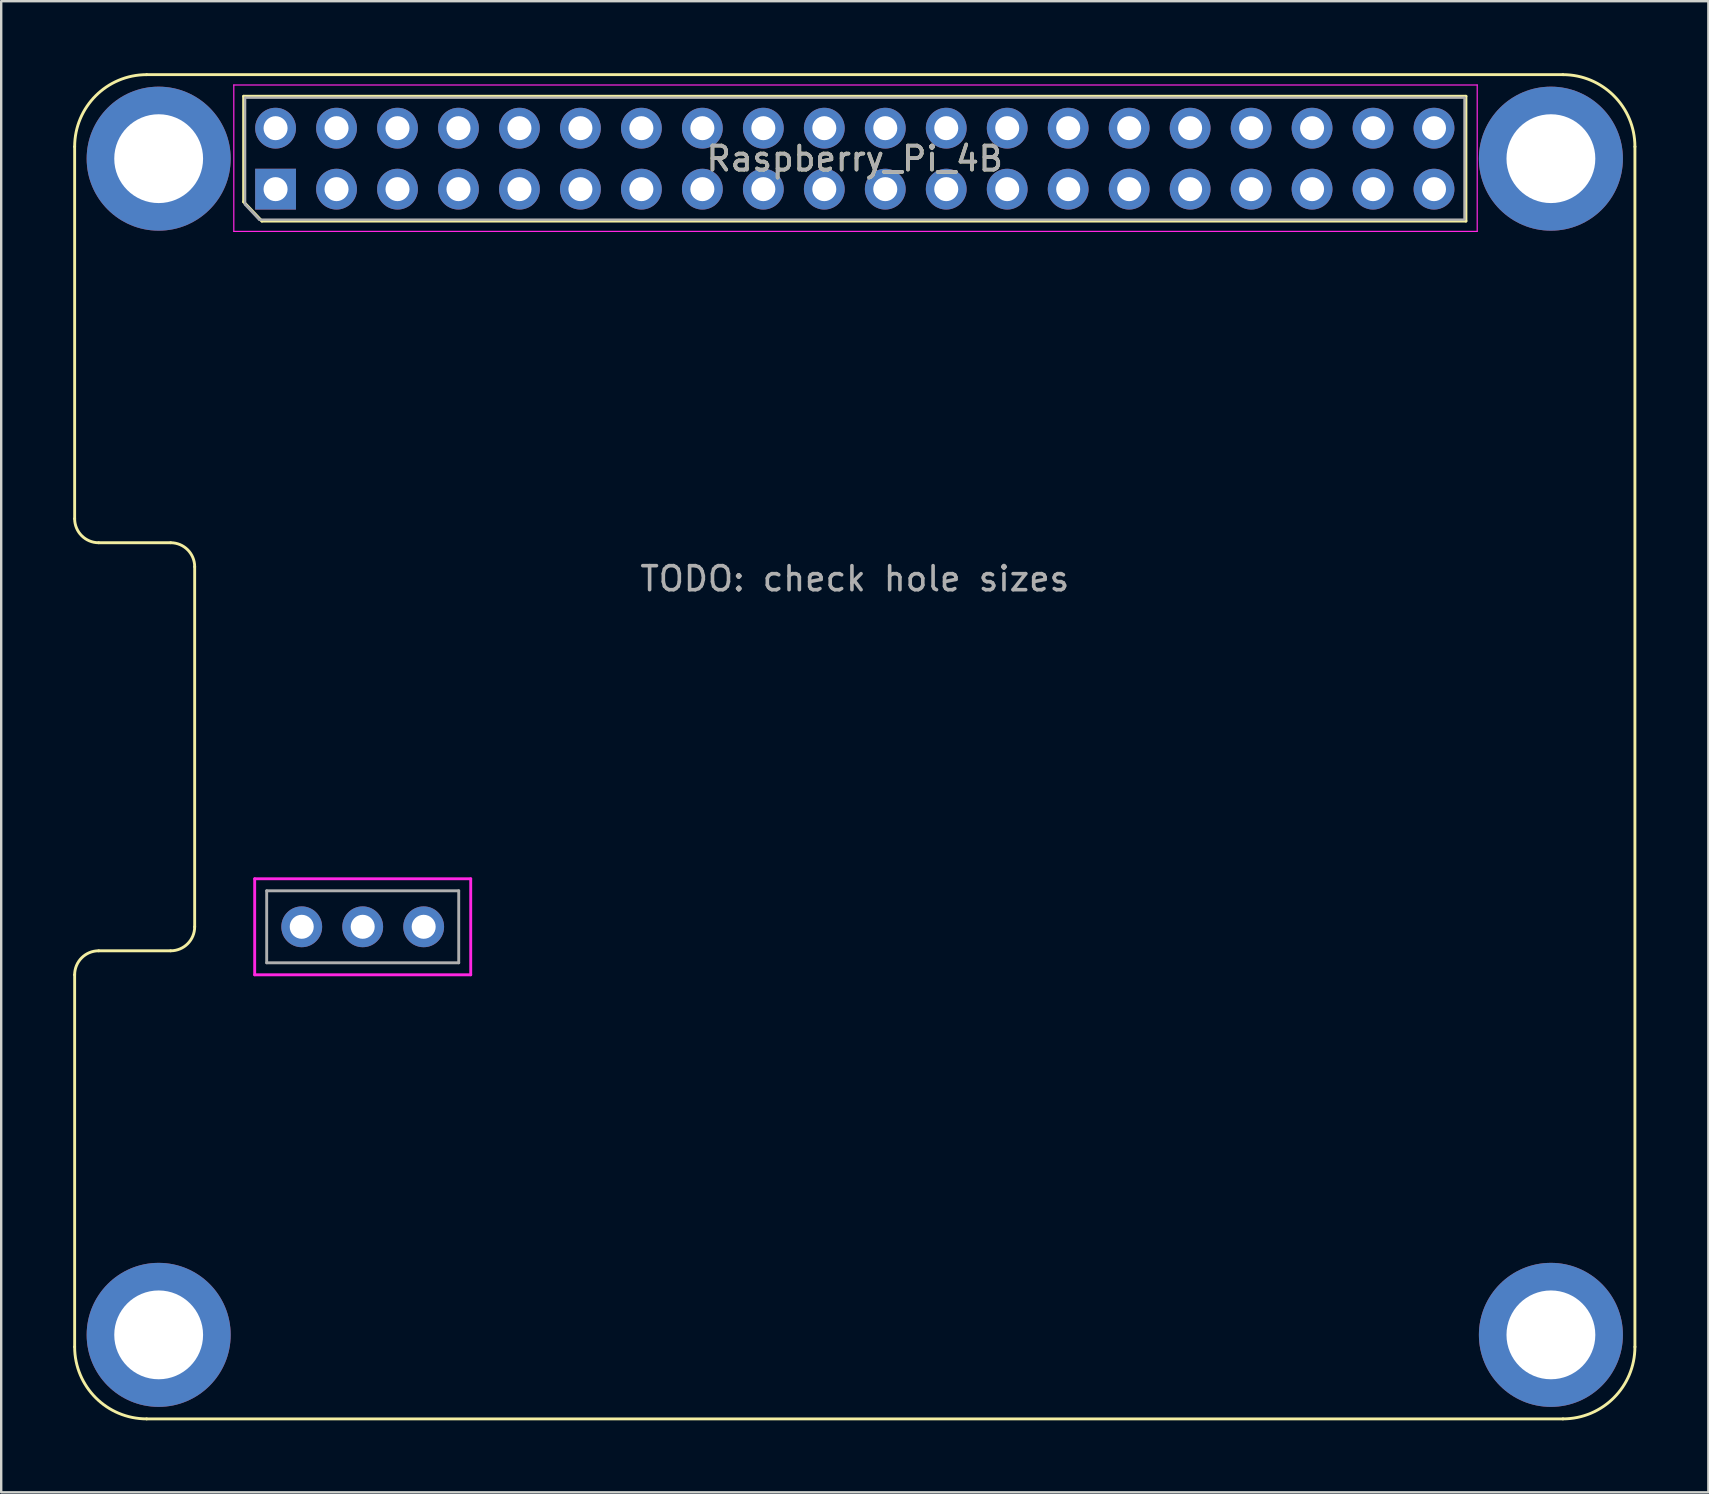
<source format=kicad_pcb>
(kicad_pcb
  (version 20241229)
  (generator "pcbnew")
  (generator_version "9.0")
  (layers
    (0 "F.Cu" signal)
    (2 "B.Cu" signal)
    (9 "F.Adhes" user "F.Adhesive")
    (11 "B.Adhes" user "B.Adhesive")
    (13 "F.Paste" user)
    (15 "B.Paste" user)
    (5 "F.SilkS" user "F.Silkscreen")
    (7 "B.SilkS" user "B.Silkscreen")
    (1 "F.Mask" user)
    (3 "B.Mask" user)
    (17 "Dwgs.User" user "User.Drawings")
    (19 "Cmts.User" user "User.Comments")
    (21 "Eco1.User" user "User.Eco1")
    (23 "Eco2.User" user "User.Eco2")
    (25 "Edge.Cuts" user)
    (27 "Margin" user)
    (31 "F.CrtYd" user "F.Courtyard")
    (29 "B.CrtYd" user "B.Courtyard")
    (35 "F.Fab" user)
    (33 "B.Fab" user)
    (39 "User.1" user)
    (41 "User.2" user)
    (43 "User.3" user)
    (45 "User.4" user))
  (footprint "Raspberry_Pi_4B"
    (layer "F.Cu")
    (at 3.56 3.56)
    (property "Reference" "Raspberry_Pi_4B" (at 29 0 0) (layer "F.SilkS") (effects (font (size 1 1) (thickness 0.15))))
    (attr through_hole)
    (fp_line (start -3.5 15) (end -3.5 -0.5) (stroke (width 0.12) (type solid)) (layer "F.SilkS"))
    (fp_line (start -3.5 49.5) (end -3.5 34) (stroke (width 0.12) (type solid)) (layer "F.SilkS"))
    (fp_line (start -2.5 16) (end 0.5 16) (stroke (width 0.12) (type solid)) (layer "F.SilkS"))
    (fp_line (start -2.5 33) (end 0.5 33) (stroke (width 0.12) (type solid)) (layer "F.SilkS"))
    (fp_line (start -0.5 -3.5) (end 58.5 -3.5) (stroke (width 0.12) (type solid)) (layer "F.SilkS"))
    (fp_line (start -0.5 52.5) (end 58.5 52.5) (stroke (width 0.12) (type solid)) (layer "F.SilkS"))
    (fp_line (start 1.5 32) (end 1.5 17) (stroke (width 0.12) (type solid)) (layer "F.SilkS"))
    (fp_line (start 3.54 -2.6) (end 3.54 1.8) (stroke (width 0.12) (type solid)) (layer "F.SilkS"))
    (fp_line (start 3.54 1.8) (end 4.3 2.6) (stroke (width 0.12) (type solid)) (layer "F.SilkS"))
    (fp_line (start 54.46 -2.6) (end 3.54 -2.6) (stroke (width 0.12) (type solid)) (layer "F.SilkS"))
    (fp_line (start 54.46 -2.6) (end 54.46 2.6) (stroke (width 0.12) (type solid)) (layer "F.SilkS"))
    (fp_line (start 54.46 2.6) (end 4.3 2.6) (stroke (width 0.12) (type solid)) (layer "F.SilkS"))
    (fp_line (start 61.5 -0.5) (end 61.5 49.5) (stroke (width 0.12) (type solid)) (layer "F.SilkS"))
    (fp_arc (start -3.5 -0.5) (mid -2.62132 -2.62132) (end -0.5 -3.5) (stroke (width 0.12) (type solid)) (layer "F.SilkS"))
    (fp_arc (start -3.5 34) (mid -3.207107 33.292893) (end -2.5 33) (stroke (width 0.12) (type solid)) (layer "F.SilkS"))
    (fp_arc (start -2.5 16) (mid -3.207107 15.707107) (end -3.5 15) (stroke (width 0.12) (type solid)) (layer "F.SilkS"))
    (fp_arc (start -0.5 52.5) (mid -2.62132 51.62132) (end -3.5 49.5) (stroke (width 0.12) (type solid)) (layer "F.SilkS"))
    (fp_arc (start 0.5 16) (mid 1.207107 16.292893) (end 1.5 17) (stroke (width 0.12) (type solid)) (layer "F.SilkS"))
    (fp_arc (start 1.5 32) (mid 1.207107 32.707107) (end 0.5 33) (stroke (width 0.12) (type solid)) (layer "F.SilkS"))
    (fp_arc (start 58.5 -3.5) (mid 60.62132 -2.62132) (end 61.5 -0.5) (stroke (width 0.12) (type solid)) (layer "F.SilkS"))
    (fp_arc (start 61.5 49.5) (mid 60.62132 51.62132) (end 58.5 52.5) (stroke (width 0.12) (type solid)) (layer "F.SilkS"))
    (fp_line (start 3.13 -3.07) (end 54.93 -3.07) (stroke (width 0.05) (type solid)) (layer "F.CrtYd"))
    (fp_line (start 3.13 3.03) (end 3.13 -3.07) (stroke (width 0.05) (type solid)) (layer "F.CrtYd"))
    (fp_line (start 4 30) (end 13 30) (stroke (width 0.12) (type solid)) (layer "F.CrtYd"))
    (fp_line (start 4 34) (end 4 30) (stroke (width 0.12) (type solid)) (layer "F.CrtYd"))
    (fp_line (start 13 30) (end 13 34) (stroke (width 0.12) (type solid)) (layer "F.CrtYd"))
    (fp_line (start 13 34) (end 4 34) (stroke (width 0.12) (type solid)) (layer "F.CrtYd"))
    (fp_line (start 54.93 -3.07) (end 54.93 3.03) (stroke (width 0.05) (type solid)) (layer "F.CrtYd"))
    (fp_line (start 54.93 3.03) (end 3.13 3.03) (stroke (width 0.05) (type solid)) (layer "F.CrtYd"))
    (fp_line (start 3.6 -2.54) (end 54.4 -2.54) (stroke (width 0.1) (type solid)) (layer "F.Fab"))
    (fp_line (start 3.6 1.9) (end 3.6 -2.54) (stroke (width 0.1) (type solid)) (layer "F.Fab"))
    (fp_line (start 3.6 1.9) (end 4.2 2.54) (stroke (width 0.12) (type solid)) (layer "F.Fab"))
    (fp_line (start 4.5 30.5) (end 12.5 30.5) (stroke (width 0.12) (type solid)) (layer "F.Fab"))
    (fp_line (start 4.5 33.5) (end 4.5 30.5) (stroke (width 0.12) (type solid)) (layer "F.Fab"))
    (fp_line (start 12.5 30.5) (end 12.5 33.5) (stroke (width 0.12) (type solid)) (layer "F.Fab"))
    (fp_line (start 12.5 33.5) (end 4.5 33.5) (stroke (width 0.12) (type solid)) (layer "F.Fab"))
    (fp_line (start 54.4 -2.54) (end 54.4 2.5) (stroke (width 0.1) (type solid)) (layer "F.Fab"))
    (fp_line (start 54.4 2.54) (end 4.2 2.54) (stroke (width 0.1) (type solid)) (layer "F.Fab"))
    (fp_text user "${REFERENCE}" (at 29 0 0) (layer "F.Fab") (effects (font (size 1 1) (thickness 0.15))))
    (fp_text user "TODO: check hole sizes" (at 29 17.5 0) (layer "F.Fab") (effects (font (size 1 1) (thickness 0.15))))
    (pad "" thru_hole circle (at 0 0) (size 6 6) (drill 3.7) (layers "*.Cu" "*.Mask"))
    (pad "" thru_hole circle (at 0 49) (size 6 6) (drill 3.7) (layers "*.Cu" "*.Mask"))
    (pad "" thru_hole circle (at 58 0) (size 6 6) (drill 3.7) (layers "*.Cu" "*.Mask"))
    (pad "" thru_hole circle (at 58 49) (size 6 6) (drill 3.7) (layers "*.Cu" "*.Mask"))
    (pad "1" thru_hole rect (at 4.87 1.27 270) (size 1.7 1.7) (drill 1) (layers "*.Cu" "*.Mask"))
    (pad "2" thru_hole oval (at 4.87 -1.27 270) (size 1.7 1.7) (drill 1) (layers "*.Cu" "*.Mask"))
    (pad "3" thru_hole oval (at 7.41 1.27) (size 1.7 1.7) (drill 1) (layers "*.Cu" "*.Mask"))
    (pad "4" thru_hole oval (at 7.41 -1.27 270) (size 1.7 1.7) (drill 1) (layers "*.Cu" "*.Mask"))
    (pad "5" thru_hole oval (at 9.95 1.27 270) (size 1.7 1.7) (drill 1) (layers "*.Cu" "*.Mask"))
    (pad "6" thru_hole oval (at 9.95 -1.27 270) (size 1.7 1.7) (drill 1) (layers "*.Cu" "*.Mask"))
    (pad "7" thru_hole oval (at 12.49 1.27 270) (size 1.7 1.7) (drill 1) (layers "*.Cu" "*.Mask"))
    (pad "8" thru_hole oval (at 12.49 -1.27 270) (size 1.7 1.7) (drill 1) (layers "*.Cu" "*.Mask"))
    (pad "9" thru_hole oval (at 15.03 1.27 270) (size 1.7 1.7) (drill 1) (layers "*.Cu" "*.Mask"))
    (pad "10" thru_hole oval (at 15.03 -1.27 270) (size 1.7 1.7) (drill 1) (layers "*.Cu" "*.Mask"))
    (pad "11" thru_hole oval (at 17.57 1.27 270) (size 1.7 1.7) (drill 1) (layers "*.Cu" "*.Mask"))
    (pad "12" thru_hole oval (at 17.57 -1.27 270) (size 1.7 1.7) (drill 1) (layers "*.Cu" "*.Mask"))
    (pad "13" thru_hole oval (at 20.11 1.27 270) (size 1.7 1.7) (drill 1) (layers "*.Cu" "*.Mask"))
    (pad "14" thru_hole oval (at 20.11 -1.27 270) (size 1.7 1.7) (drill 1) (layers "*.Cu" "*.Mask"))
    (pad "15" thru_hole oval (at 22.65 1.27 270) (size 1.7 1.7) (drill 1) (layers "*.Cu" "*.Mask"))
    (pad "16" thru_hole oval (at 22.65 -1.27 270) (size 1.7 1.7) (drill 1) (layers "*.Cu" "*.Mask"))
    (pad "17" thru_hole oval (at 25.19 1.27 270) (size 1.7 1.7) (drill 1) (layers "*.Cu" "*.Mask"))
    (pad "18" thru_hole oval (at 25.19 -1.27 270) (size 1.7 1.7) (drill 1) (layers "*.Cu" "*.Mask"))
    (pad "19" thru_hole oval (at 27.73 1.27 270) (size 1.7 1.7) (drill 1) (layers "*.Cu" "*.Mask"))
    (pad "20" thru_hole oval (at 27.73 -1.27 270) (size 1.7 1.7) (drill 1) (layers "*.Cu" "*.Mask"))
    (pad "21" thru_hole oval (at 30.27 1.27 270) (size 1.7 1.7) (drill 1) (layers "*.Cu" "*.Mask"))
    (pad "22" thru_hole oval (at 30.27 -1.27 270) (size 1.7 1.7) (drill 1) (layers "*.Cu" "*.Mask"))
    (pad "23" thru_hole oval (at 32.81 1.27 270) (size 1.7 1.7) (drill 1) (layers "*.Cu" "*.Mask"))
    (pad "24" thru_hole oval (at 32.81 -1.27 270) (size 1.7 1.7) (drill 1) (layers "*.Cu" "*.Mask"))
    (pad "25" thru_hole oval (at 35.35 1.27 270) (size 1.7 1.7) (drill 1) (layers "*.Cu" "*.Mask"))
    (pad "26" thru_hole oval (at 35.35 -1.27 270) (size 1.7 1.7) (drill 1) (layers "*.Cu" "*.Mask"))
    (pad "27" thru_hole oval (at 37.89 1.27 270) (size 1.7 1.7) (drill 1) (layers "*.Cu" "*.Mask"))
    (pad "28" thru_hole oval (at 37.89 -1.27 270) (size 1.7 1.7) (drill 1) (layers "*.Cu" "*.Mask"))
    (pad "29" thru_hole oval (at 40.43 1.27 270) (size 1.7 1.7) (drill 1) (layers "*.Cu" "*.Mask"))
    (pad "30" thru_hole oval (at 40.43 -1.27 270) (size 1.7 1.7) (drill 1) (layers "*.Cu" "*.Mask"))
    (pad "31" thru_hole oval (at 42.97 1.27 270) (size 1.7 1.7) (drill 1) (layers "*.Cu" "*.Mask"))
    (pad "32" thru_hole oval (at 42.97 -1.27 270) (size 1.7 1.7) (drill 1) (layers "*.Cu" "*.Mask"))
    (pad "33" thru_hole oval (at 45.51 1.27 270) (size 1.7 1.7) (drill 1) (layers "*.Cu" "*.Mask"))
    (pad "34" thru_hole oval (at 45.51 -1.27 270) (size 1.7 1.7) (drill 1) (layers "*.Cu" "*.Mask"))
    (pad "35" thru_hole oval (at 48.05 1.27 270) (size 1.7 1.7) (drill 1) (layers "*.Cu" "*.Mask"))
    (pad "36" thru_hole oval (at 48.05 -1.27 270) (size 1.7 1.7) (drill 1) (layers "*.Cu" "*.Mask"))
    (pad "37" thru_hole oval (at 50.59 1.27 270) (size 1.7 1.7) (drill 1) (layers "*.Cu" "*.Mask"))
    (pad "38" thru_hole oval (at 50.59 -1.27 270) (size 1.7 1.7) (drill 1) (layers "*.Cu" "*.Mask"))
    (pad "39" thru_hole circle (at 53.13 1.27 270) (size 1.7 1.7) (drill 1) (layers "*.Cu" "*.Mask"))
    (pad "40" thru_hole oval (at 53.13 -1.27 270) (size 1.7 1.7) (drill 1) (layers "*.Cu" "*.Mask"))
    (pad "41" thru_hole circle (at 5.96 32) (size 1.7 1.7) (drill 1) (layers "*.Cu" "*.Mask"))
    (pad "42" thru_hole circle (at 8.5 32) (size 1.7 1.7) (drill 1) (layers "*.Cu" "*.Mask"))
    (pad "43" thru_hole circle (at 11.04 32) (size 1.7 1.7) (drill 1) (layers "*.Cu" "*.Mask")))
  (gr_rect
    (start -3 -3)
    (end 68.12 59.12)
    (stroke (width 0.1) (type default))
    (fill no)
    (layer "Edge.Cuts")))
</source>
